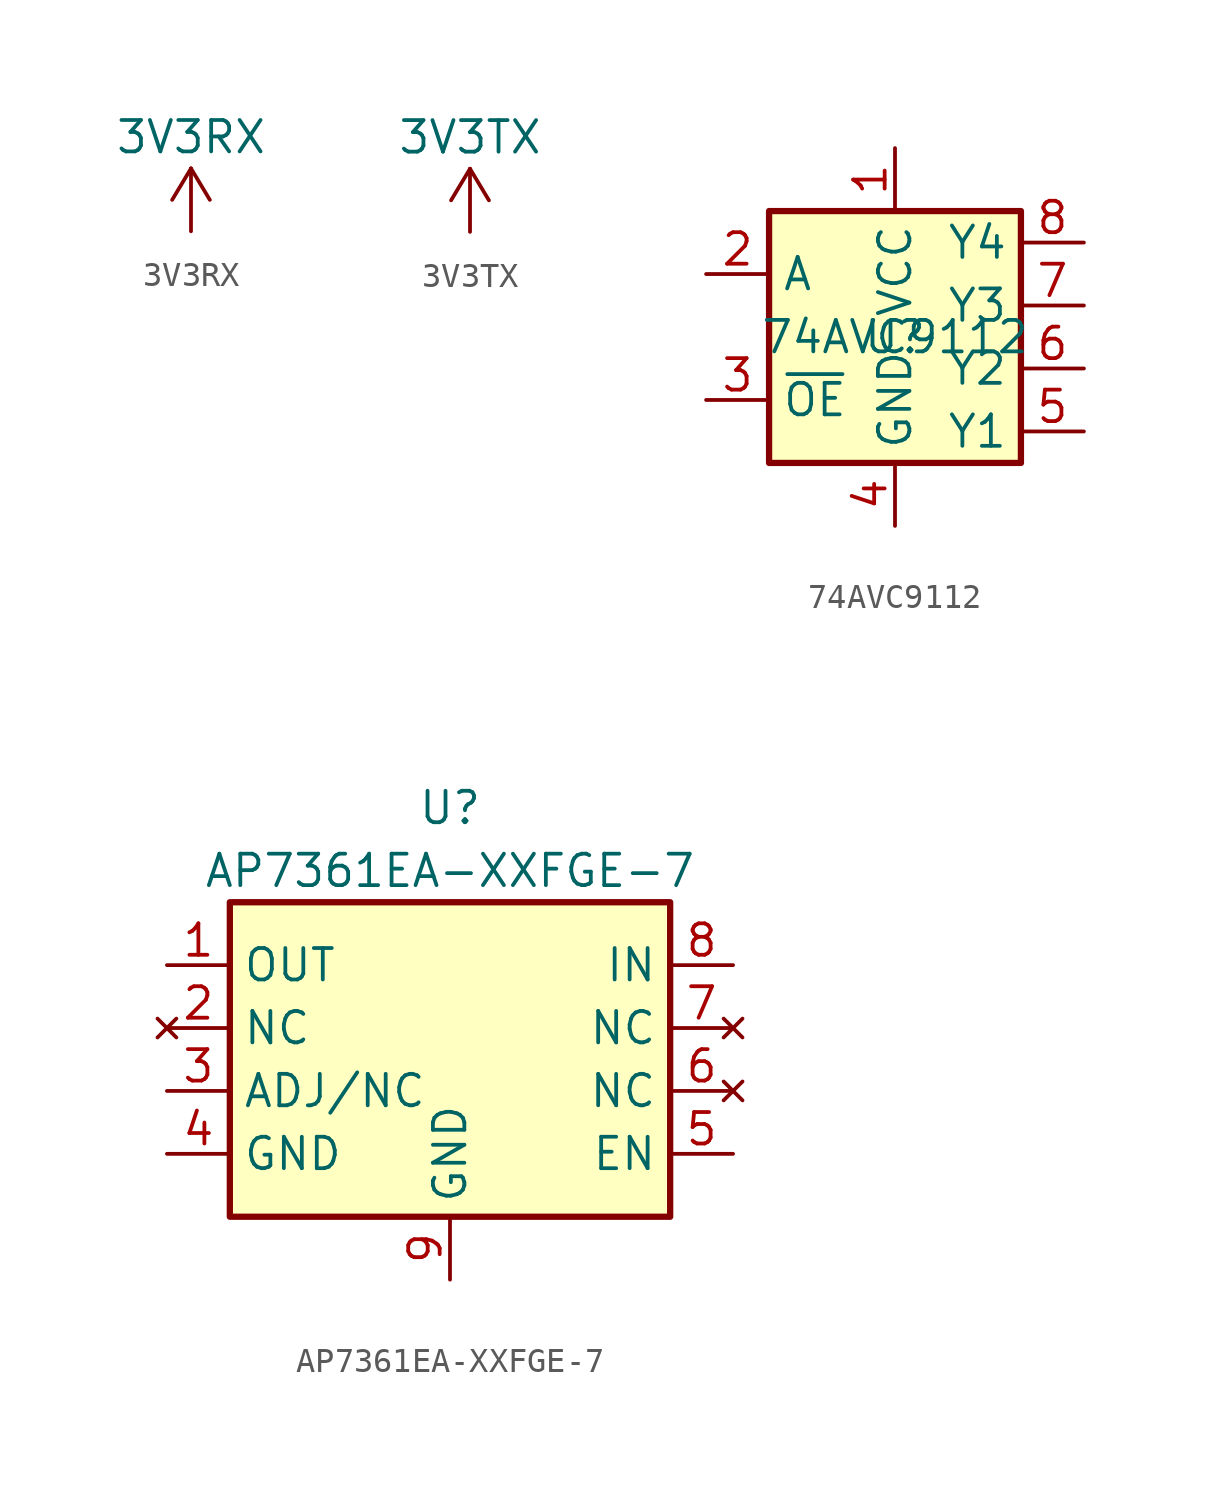
<source format=kicad_sym>
(kicad_symbol_lib
  (version 20220914)
  (generator kicad_symbol_editor)
  (symbol "3V3RX"
    (power)
    (pin_names
      (offset 0))
    (property "Reference" "#PWR"
      (at 0 -3.81 0)
      (effects (font (size 1.27 1.27)) hide))
    (property "Value" "3V3RX"
      (at 0 3.81 0)
      (effects (font (size 1.27 1.27))))
    (symbol "3V3RX_0_1"
      (polyline (pts (xy -0.762 1.27) (xy 0 2.54)) (stroke (width 0) (type default)) (fill (type none)))
      (polyline (pts (xy 0 0) (xy 0 2.54)) (stroke (width 0) (type default)) (fill (type none)))
      (polyline (pts (xy 0 2.54) (xy 0.762 1.27)) (stroke (width 0) (type default)) (fill (type none))))
    (symbol "3V3RX_1_1"
      (pin power_in line (at 0 0 90) (length 0) hide (name "3V3RX" (effects (font (size 1.27 1.27)))) (number "1" (effects (font (size 1.27 1.27)))))))
  (symbol "3V3TX"
    (power)
    (pin_names
      (offset 0))
    (property "Reference" "#PWR"
      (at 0 -3.81 0)
      (effects (font (size 1.27 1.27)) hide))
    (property "Value" "3V3TX"
      (at 0 3.81 0)
      (effects (font (size 1.27 1.27))))
    (symbol "3V3TX_0_1"
      (polyline (pts (xy -0.762 1.27) (xy 0 2.54)) (stroke (width 0) (type default)) (fill (type none)))
      (polyline (pts (xy 0 0) (xy 0 2.54)) (stroke (width 0) (type default)) (fill (type none)))
      (polyline (pts (xy 0 2.54) (xy 0.762 1.27)) (stroke (width 0) (type default)) (fill (type none))))
    (symbol "3V3TX_1_1"
      (pin power_in line (at 0 0 90) (length 0) hide (name "3V3TX" (effects (font (size 1.27 1.27)))) (number "1" (effects (font (size 1.27 1.27)))))))
  (symbol "74AVC9112"
    (property "Reference" "U"
      (at 0 0 0)
      (effects (font (size 1.27 1.27))))
    (property "Value" "74AVC9112"
      (at 0 0 0)
      (effects (font (size 1.27 1.27))))
    (symbol "74AVC9112_0_0"
      (pin power_in line (at 0 7.62 270) (length 2.54) (name "VCC" (effects (font (size 1.27 1.27)))) (number "1" (effects (font (size 1.27 1.27)))))
      (pin input line (at -7.62 2.54 0) (length 2.54) (name "A" (effects (font (size 1.27 1.27)))) (number "2" (effects (font (size 1.27 1.27)))))
      (pin input line (at -7.62 -2.54 0) (length 2.54) (name "~{OE}" (effects (font (size 1.27 1.27)))) (number "3" (effects (font (size 1.27 1.27)))))
      (pin power_in line (at 0 -7.62 90) (length 2.54) (name "GND" (effects (font (size 1.27 1.27)))) (number "4" (effects (font (size 1.27 1.27)))))
      (pin output line (at 7.62 -3.81 180) (length 2.54) (name "Y1" (effects (font (size 1.27 1.27)))) (number "5" (effects (font (size 1.27 1.27)))))
      (pin output line (at 7.62 -1.27 180) (length 2.54) (name "Y2" (effects (font (size 1.27 1.27)))) (number "6" (effects (font (size 1.27 1.27)))))
      (pin output line (at 7.62 1.27 180) (length 2.54) (name "Y3" (effects (font (size 1.27 1.27)))) (number "7" (effects (font (size 1.27 1.27)))))
      (pin output line (at 7.62 3.81 180) (length 2.54) (name "Y4" (effects (font (size 1.27 1.27)))) (number "8" (effects (font (size 1.27 1.27))))))
    (symbol "74AVC9112_1_1"
      (rectangle (start -5.08 5.08) (end 5.08 -5.08) (stroke (width 0.254) (type default)) (fill (type background)))))
  (symbol "AP7361EA-XXFGE-7"
    (property "Reference" "U"
      (at 0 10.16 0)
      (effects (font (size 1.27 1.27))))
    (property "Value" "AP7361EA-XXFGE-7"
      (at 0 7.62 0)
      (effects (font (size 1.27 1.27))))
    (symbol "AP7361EA-XXFGE-7_1_1"
      (rectangle (start -8.89 6.35) (end 8.89 -6.35) (stroke (width 0.254) (type default)) (fill (type background)))
      (pin power_out line (at -11.43 3.81 0) (length 2.54) (name "OUT" (effects (font (size 1.27 1.27)))) (number "1" (effects (font (size 1.27 1.27)))))
      (pin no_connect line (at -11.43 1.27 0) (length 2.54) (name "NC" (effects (font (size 1.27 1.27)))) (number "2" (effects (font (size 1.27 1.27)))))
      (pin passive line (at -11.43 -1.27 0) (length 2.54) (name "ADJ/NC" (effects (font (size 1.27 1.27)))) (number "3" (effects (font (size 1.27 1.27)))))
      (pin power_in line (at -11.43 -3.81 0) (length 2.54) (name "GND" (effects (font (size 1.27 1.27)))) (number "4" (effects (font (size 1.27 1.27)))))
      (pin input line (at 11.43 -3.81 180) (length 2.54) (name "EN" (effects (font (size 1.27 1.27)))) (number "5" (effects (font (size 1.27 1.27)))))
      (pin no_connect line (at 11.43 -1.27 180) (length 2.54) (name "NC" (effects (font (size 1.27 1.27)))) (number "6" (effects (font (size 1.27 1.27)))))
      (pin no_connect line (at 11.43 1.27 180) (length 2.54) (name "NC" (effects (font (size 1.27 1.27)))) (number "7" (effects (font (size 1.27 1.27)))))
      (pin power_in line (at 11.43 3.81 180) (length 2.54) (name "IN" (effects (font (size 1.27 1.27)))) (number "8" (effects (font (size 1.27 1.27)))))
      (pin power_in line (at 0 -8.89 90) (length 2.54) (name "GND" (effects (font (size 1.27 1.27)))) (number "9" (effects (font (size 1.27 1.27))))))))
</source>
